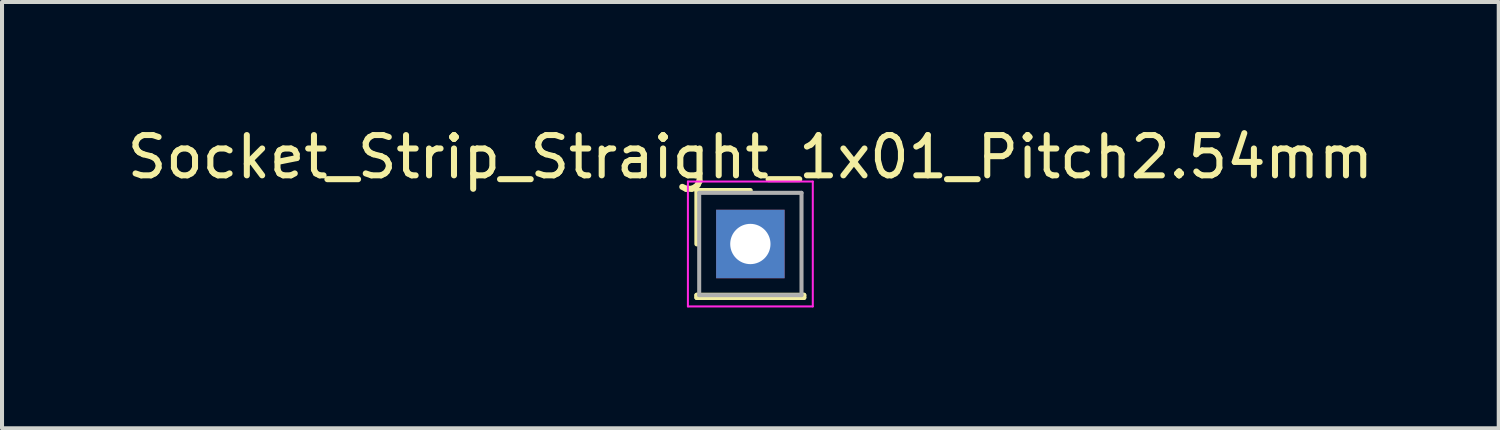
<source format=kicad_pcb>
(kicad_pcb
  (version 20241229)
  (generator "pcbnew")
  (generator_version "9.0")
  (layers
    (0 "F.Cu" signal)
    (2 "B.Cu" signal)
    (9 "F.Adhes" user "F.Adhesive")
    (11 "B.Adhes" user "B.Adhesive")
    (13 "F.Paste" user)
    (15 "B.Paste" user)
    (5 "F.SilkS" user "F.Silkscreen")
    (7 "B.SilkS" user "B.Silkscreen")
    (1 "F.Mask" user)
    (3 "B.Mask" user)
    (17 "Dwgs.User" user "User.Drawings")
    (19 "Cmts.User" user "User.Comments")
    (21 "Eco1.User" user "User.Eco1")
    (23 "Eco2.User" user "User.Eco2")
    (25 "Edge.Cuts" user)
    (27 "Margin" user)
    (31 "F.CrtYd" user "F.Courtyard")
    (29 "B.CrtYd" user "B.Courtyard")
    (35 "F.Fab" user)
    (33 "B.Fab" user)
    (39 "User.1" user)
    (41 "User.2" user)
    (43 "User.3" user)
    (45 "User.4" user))
  (footprint "Socket_Strip_Straight_1x01_Pitch2.54mm"
    (layer "F.Cu")
    (at 15.577 3.007)
    (property "Reference" "Socket_Strip_Straight_1x01_Pitch2.54mm" (at 0 -2.159 0) (layer "F.SilkS") (effects (font (size 1 1) (thickness 0.15))))
    (attr through_hole)
    (fp_line (start -1.33 -1.33) (end 0 -1.33) (stroke (width 0.12) (type solid)) (layer "F.SilkS"))
    (fp_line (start -1.33 0) (end -1.33 -1.33) (stroke (width 0.12) (type solid)) (layer "F.SilkS"))
    (fp_line (start -1.33 1.27) (end -1.33 1.33) (stroke (width 0.12) (type solid)) (layer "F.SilkS"))
    (fp_line (start -1.33 1.33) (end 1.33 1.33) (stroke (width 0.12) (type solid)) (layer "F.SilkS"))
    (fp_line (start 1.33 1.27) (end -1.33 1.27) (stroke (width 0.12) (type solid)) (layer "F.SilkS"))
    (fp_line (start 1.33 1.33) (end 1.33 1.27) (stroke (width 0.12) (type solid)) (layer "F.SilkS"))
    (fp_line (start -1.55 -1.55) (end -1.55 1.55) (stroke (width 0.05) (type solid)) (layer "F.CrtYd"))
    (fp_line (start -1.55 1.55) (end 1.55 1.55) (stroke (width 0.05) (type solid)) (layer "F.CrtYd"))
    (fp_line (start 1.55 -1.55) (end -1.55 -1.55) (stroke (width 0.05) (type solid)) (layer "F.CrtYd"))
    (fp_line (start 1.55 1.55) (end 1.55 -1.55) (stroke (width 0.05) (type solid)) (layer "F.CrtYd"))
    (fp_line (start -1.27 -1.27) (end -1.27 1.27) (stroke (width 0.1) (type solid)) (layer "F.Fab"))
    (fp_line (start -1.27 1.27) (end 1.27 1.27) (stroke (width 0.1) (type solid)) (layer "F.Fab"))
    (fp_line (start 1.27 -1.27) (end -1.27 -1.27) (stroke (width 0.1) (type solid)) (layer "F.Fab"))
    (fp_line (start 1.27 1.27) (end 1.27 -1.27) (stroke (width 0.1) (type solid)) (layer "F.Fab"))
    (pad "1" thru_hole rect (at 0 0) (size 1.7 1.7) (drill 1) (layers "*.Cu" "*.Mask")))
  (gr_rect
    (start -3 -3)
    (end 34.155 7.582)
    (stroke (width 0.1) (type default))
    (fill no)
    (layer "Edge.Cuts")))
</source>
